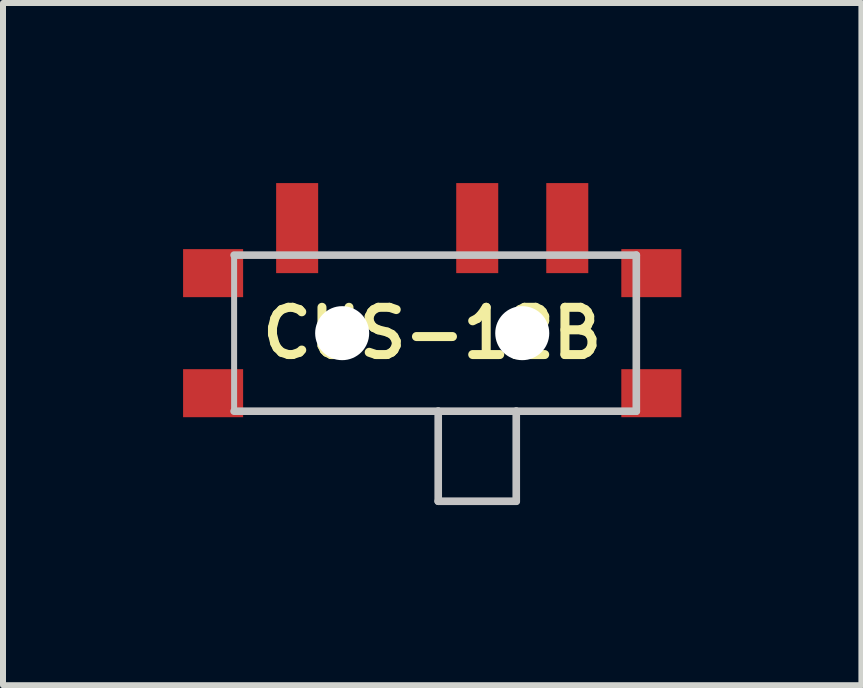
<source format=kicad_pcb>
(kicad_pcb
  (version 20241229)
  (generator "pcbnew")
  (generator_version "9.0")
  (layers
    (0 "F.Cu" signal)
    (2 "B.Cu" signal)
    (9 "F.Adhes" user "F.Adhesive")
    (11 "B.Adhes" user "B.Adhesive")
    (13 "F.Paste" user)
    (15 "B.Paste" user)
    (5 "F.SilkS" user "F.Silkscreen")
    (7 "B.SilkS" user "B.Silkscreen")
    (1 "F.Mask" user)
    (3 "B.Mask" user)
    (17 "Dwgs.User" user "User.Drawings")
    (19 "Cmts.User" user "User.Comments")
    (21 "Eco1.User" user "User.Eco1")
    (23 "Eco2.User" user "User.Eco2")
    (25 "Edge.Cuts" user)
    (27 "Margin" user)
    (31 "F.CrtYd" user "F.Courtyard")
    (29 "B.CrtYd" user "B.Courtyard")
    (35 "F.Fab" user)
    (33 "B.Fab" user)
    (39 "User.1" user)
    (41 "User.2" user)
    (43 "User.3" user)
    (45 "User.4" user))
  (footprint "CUS-12B"
    (layer "F.Cu")
    (at 4.15 2.5)
    (property "Reference" "CUS-12B" (at 0 0 0) (layer "F.SilkS") (effects (font (size 0.787 0.787) (thickness 0.15))))
    (attr smd)
    (fp_line (start -3.3 -1.3) (end 3.4 -1.3) (stroke (width 0.127) (type solid)) (layer "Dwgs.User"))
    (fp_line (start -3.3 1.3) (end -3.3 -1.3) (stroke (width 0.1) (type solid)) (layer "Dwgs.User"))
    (fp_line (start 0.1 1.3) (end -3.3 1.3) (stroke (width 0.127) (type solid)) (layer "Dwgs.User"))
    (fp_line (start 0.1 1.3) (end 0.1 2.8) (stroke (width 0.127) (type solid)) (layer "Dwgs.User"))
    (fp_line (start 0.1 2.8) (end 1.4 2.8) (stroke (width 0.127) (type solid)) (layer "Dwgs.User"))
    (fp_line (start 1.4 1.3) (end 0.1 1.3) (stroke (width 0.127) (type solid)) (layer "Dwgs.User"))
    (fp_line (start 1.4 2.8) (end 1.4 1.3) (stroke (width 0.127) (type solid)) (layer "Dwgs.User"))
    (fp_line (start 3.4 -1.3) (end 3.4 1.3) (stroke (width 0.127) (type solid)) (layer "Dwgs.User"))
    (fp_line (start 3.4 1.3) (end 1.4 1.3) (stroke (width 0.127) (type solid)) (layer "Dwgs.User"))
    (pad "" np_thru_hole circle (at -1.5 0) (size 0.9 0.9) (drill 0.9) (layers "*.Cu" "*.Mask"))
    (pad "" np_thru_hole circle (at 1.5 0) (size 0.9 0.9) (drill 0.9) (layers "*.Cu" "*.Mask"))
    (pad "P$1" smd rect (at -2.25 -1.75 90) (size 1.5 0.7) (layers "F.Cu" "F.Mask" "F.Paste"))
    (pad "P$2" smd rect (at 0.75 -1.75 90) (size 1.5 0.7) (layers "F.Cu" "F.Mask" "F.Paste"))
    (pad "P$3" smd rect (at 2.25 -1.75 90) (size 1.5 0.7) (layers "F.Cu" "F.Mask" "F.Paste"))
    (pad "P$4" smd rect (at -3.65 -1) (size 1 0.8) (layers "F.Cu" "F.Mask" "F.Paste"))
    (pad "P$5" smd rect (at -3.65 1) (size 1 0.8) (layers "F.Cu" "F.Mask" "F.Paste"))
    (pad "P$6" smd rect (at 3.65 1) (size 1 0.8) (layers "F.Cu" "F.Mask" "F.Paste"))
    (pad "P$7" smd rect (at 3.65 -1) (size 1 0.8) (layers "F.Cu" "F.Mask" "F.Paste")))
  (gr_rect
    (start -3 -3)
    (end 11.3 8.364)
    (stroke (width 0.1) (type default))
    (fill no)
    (layer "Edge.Cuts")))
</source>
